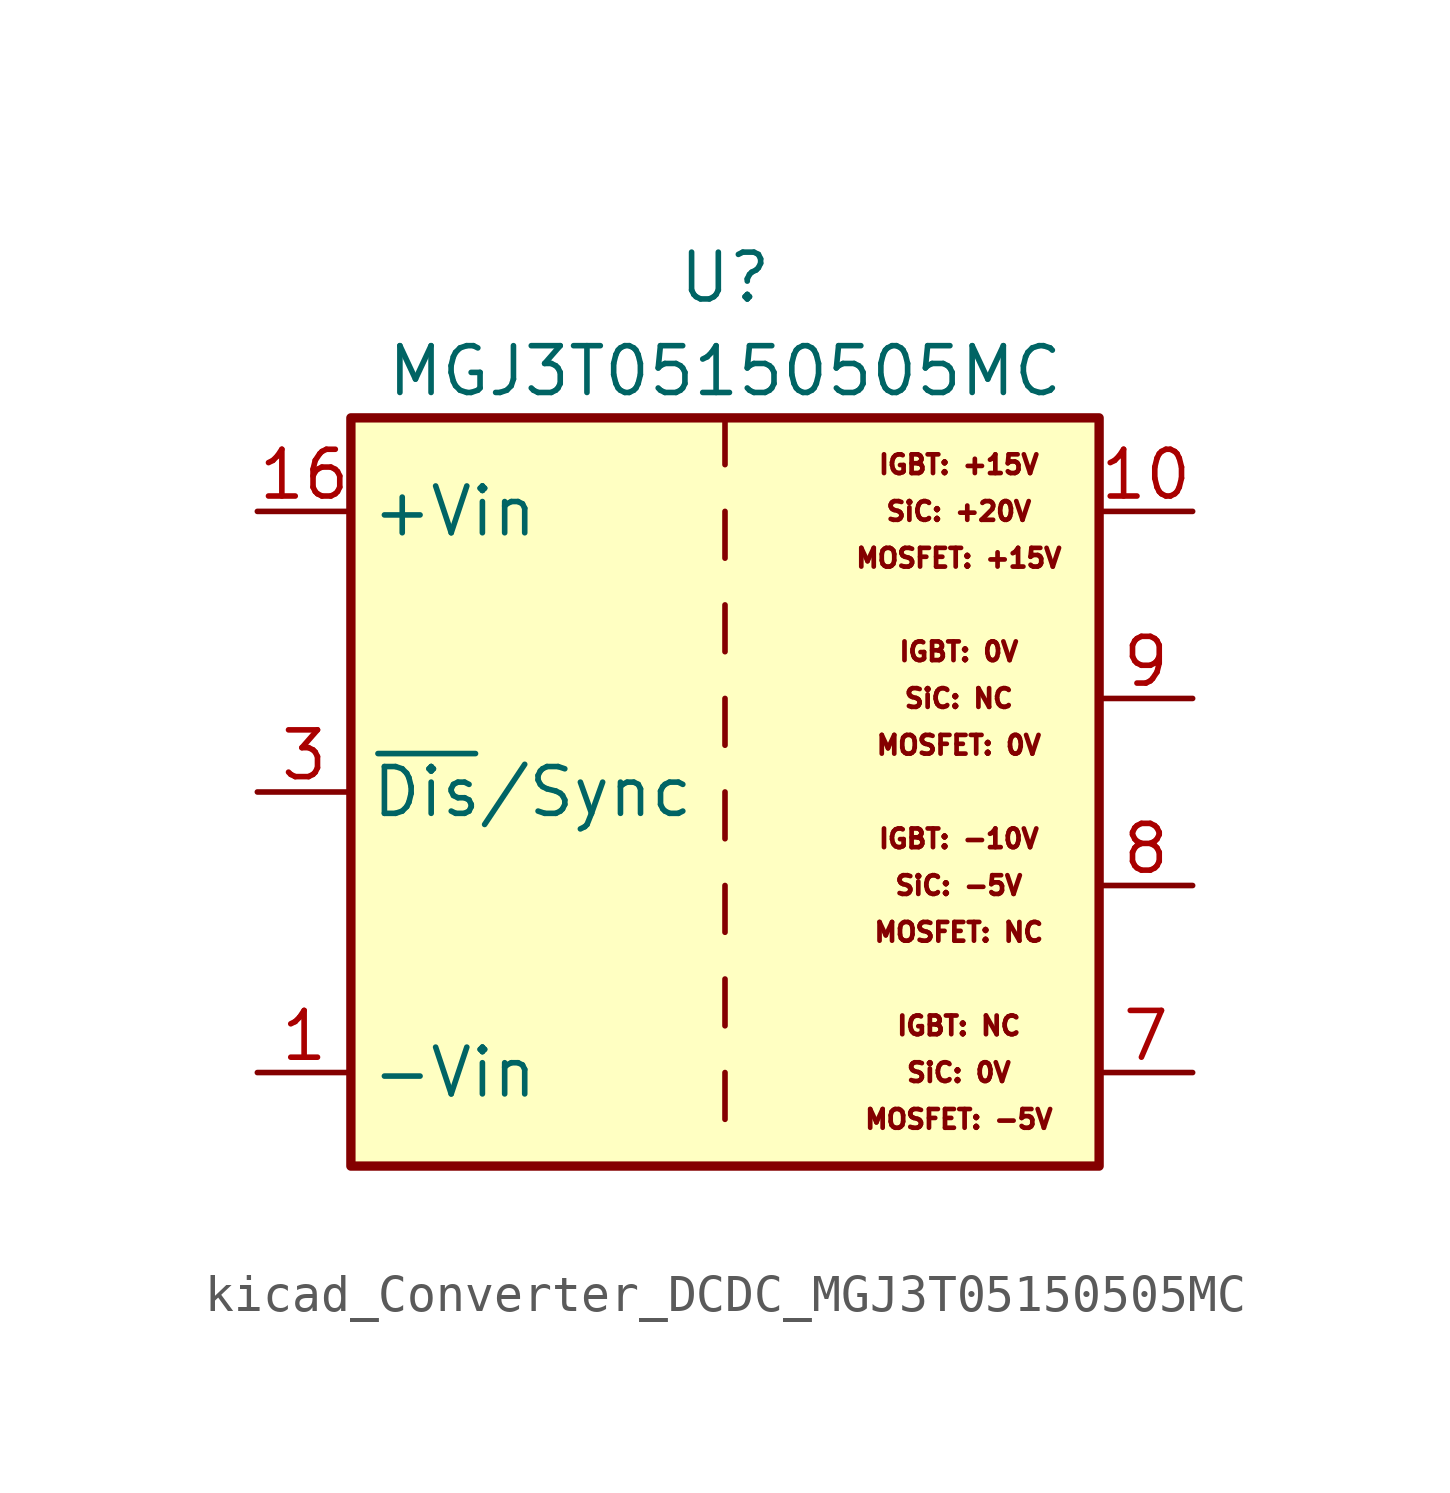
<source format=kicad_sym>
(kicad_symbol_lib
  (version 20220914)
  (generator kicad_symbol_editor)
  (symbol "kicad_Converter_DCDC_MGJ3T05150505MC"
    (property "Reference" "U"
      (at 0 13.97 0)
      (effects (font (size 1.27 1.27))))
    (property "Value" "MGJ3T05150505MC"
      (at 0 11.43 0)
      (effects (font (size 1.27 1.27))))
    (symbol "kicad_Converter_DCDC_MGJ3T05150505MC_0_0"
      (text "IGBT: +15V" (at 6.35 8.89 0) (effects (font (size 0.508 0.508))))
      (text "IGBT: -10V" (at 6.35 -1.27 0) (effects (font (size 0.508 0.508))))
      (text "IGBT: 0V" (at 6.35 3.81 0) (effects (font (size 0.508 0.508))))
      (text "IGBT: NC" (at 6.35 -6.35 0) (effects (font (size 0.508 0.508))))
      (text "MOSFET: +15V" (at 6.35 6.35 0) (effects (font (size 0.508 0.508))))
      (text "MOSFET: -5V" (at 6.35 -8.89 0) (effects (font (size 0.508 0.508))))
      (text "MOSFET: 0V" (at 6.35 1.27 0) (effects (font (size 0.508 0.508))))
      (text "MOSFET: NC" (at 6.35 -3.81 0) (effects (font (size 0.508 0.508))))
      (text "SiC: +20V" (at 6.35 7.62 0) (effects (font (size 0.508 0.508))))
      (text "SiC: -5V" (at 6.35 -2.54 0) (effects (font (size 0.508 0.508))))
      (text "SiC: 0V" (at 6.35 -7.62 0) (effects (font (size 0.508 0.508))))
      (text "SiC: NC" (at 6.35 2.54 0) (effects (font (size 0.508 0.508)))))
    (symbol "kicad_Converter_DCDC_MGJ3T05150505MC_0_1"
      (rectangle (start -10.16 10.16) (end 10.16 -10.16) (stroke (width 0.254) (type default)) (fill (type background)))
      (polyline (pts (xy 0 -7.62) (xy 0 -8.89)) (stroke (width 0) (type default)) (fill (type none)))
      (polyline (pts (xy 0 -5.08) (xy 0 -6.35)) (stroke (width 0) (type default)) (fill (type none)))
      (polyline (pts (xy 0 -2.54) (xy 0 -3.81)) (stroke (width 0) (type default)) (fill (type none)))
      (polyline (pts (xy 0 0) (xy 0 -1.27)) (stroke (width 0) (type default)) (fill (type none)))
      (polyline (pts (xy 0 2.54) (xy 0 1.27)) (stroke (width 0) (type default)) (fill (type none)))
      (polyline (pts (xy 0 5.08) (xy 0 3.81)) (stroke (width 0) (type default)) (fill (type none)))
      (polyline (pts (xy 0 7.62) (xy 0 6.35)) (stroke (width 0) (type default)) (fill (type none)))
      (polyline (pts (xy 0 10.16) (xy 0 8.89)) (stroke (width 0) (type default)) (fill (type none))))
    (symbol "kicad_Converter_DCDC_MGJ3T05150505MC_1_1"
      (pin power_in line (at -12.7 -7.62 0) (length 2.54) (name "-Vin" (effects (font (size 1.27 1.27)))) (number "1" (effects (font (size 1.27 1.27)))))
      (pin power_out line (at 12.7 7.62 180) (length 2.54) (name "~" (effects (font (size 1.27 1.27)))) (number "10" (effects (font (size 1.27 1.27)))))
      (pin power_in line (at -12.7 7.62 0) (length 2.54) (name "+Vin" (effects (font (size 1.27 1.27)))) (number "16" (effects (font (size 1.27 1.27)))))
      (pin input line (at -12.7 0 0) (length 2.54) (name "~{Dis}/Sync" (effects (font (size 1.27 1.27)))) (number "3" (effects (font (size 1.27 1.27)))))
      (pin power_out line (at 12.7 -7.62 180) (length 2.54) (name "~" (effects (font (size 1.27 1.27)))) (number "7" (effects (font (size 1.27 1.27)))))
      (pin power_out line (at 12.7 -2.54 180) (length 2.54) (name "~" (effects (font (size 1.27 1.27)))) (number "8" (effects (font (size 1.27 1.27)))))
      (pin power_out line (at 12.7 2.54 180) (length 2.54) (name "~" (effects (font (size 1.27 1.27)))) (number "9" (effects (font (size 1.27 1.27))))))))
</source>
